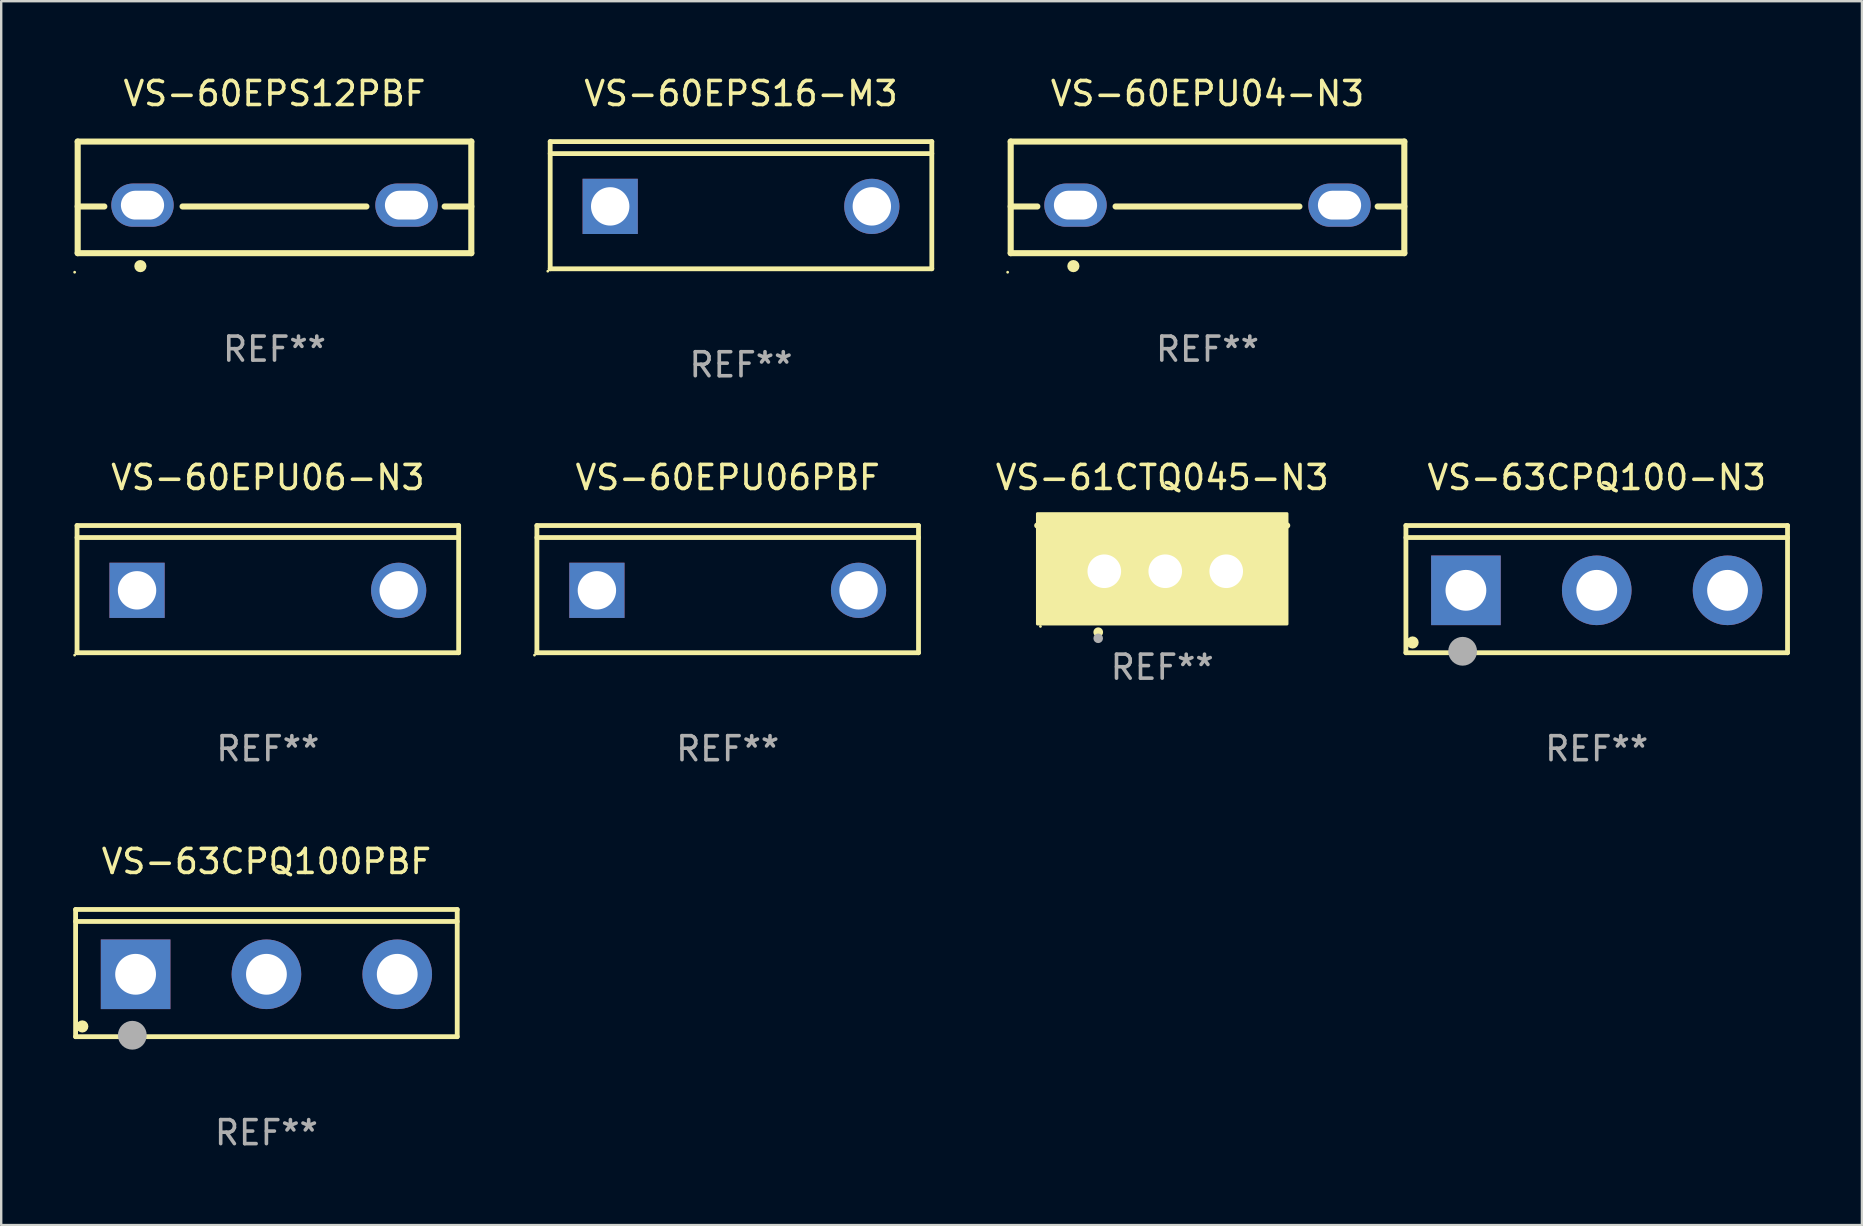
<source format=kicad_pcb>
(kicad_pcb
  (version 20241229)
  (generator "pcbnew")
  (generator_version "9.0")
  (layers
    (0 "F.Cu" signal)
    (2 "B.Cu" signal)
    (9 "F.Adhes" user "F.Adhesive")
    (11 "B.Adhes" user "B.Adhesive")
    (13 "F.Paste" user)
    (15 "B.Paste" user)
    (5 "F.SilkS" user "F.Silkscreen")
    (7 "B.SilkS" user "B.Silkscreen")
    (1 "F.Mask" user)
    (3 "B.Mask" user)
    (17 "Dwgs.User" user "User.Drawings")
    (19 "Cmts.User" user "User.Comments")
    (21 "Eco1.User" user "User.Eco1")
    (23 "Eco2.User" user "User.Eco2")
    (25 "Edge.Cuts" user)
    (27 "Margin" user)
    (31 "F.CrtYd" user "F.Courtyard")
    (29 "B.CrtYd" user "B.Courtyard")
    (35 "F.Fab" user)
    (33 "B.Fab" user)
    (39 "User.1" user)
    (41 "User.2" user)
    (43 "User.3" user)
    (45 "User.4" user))
  (footprint "VS-60EPS12PBF"
    (layer "F.Cu")
    (at 8.387 5.173)
    (property "Reference" "VS-60EPS12PBF" (at 0 -4.325 0) (layer "F.SilkS") (effects (font (size 1 1) (thickness 0.15))))
    (attr through_hole)
    (fp_line (start -8.2 -2.325) (end -8.2 2.325) (stroke (width 0.254) (type solid)) (layer "F.SilkS"))
    (fp_line (start -8.2 -2.325) (end 8.2 -2.325) (stroke (width 0.254) (type solid)) (layer "F.SilkS"))
    (fp_line (start -8.2 0.38) (end -7.09 0.38) (stroke (width 0.254) (type solid)) (layer "F.SilkS"))
    (fp_line (start -8.2 2.325) (end 8.2 2.325) (stroke (width 0.254) (type solid)) (layer "F.SilkS"))
    (fp_line (start -3.83 0.38) (end 3.83 0.38) (stroke (width 0.254) (type solid)) (layer "F.SilkS"))
    (fp_line (start 7.09 0.38) (end 8.2 0.38) (stroke (width 0.254) (type solid)) (layer "F.SilkS"))
    (fp_line (start 8.2 -2.325) (end 8.2 2.325) (stroke (width 0.254) (type solid)) (layer "F.SilkS"))
    (fp_circle (center -8.327 3.119) (end -8.297 3.119) (stroke (width 0.06) (type solid)) (fill no) (layer "F.SilkS"))
    (fp_circle (center -5.588 2.865) (end -5.461 2.865) (stroke (width 0.254) (type solid)) (fill no) (layer "F.SilkS"))
    (fp_text user "REF**" (at 0 6.325 0) (layer "F.Fab") (effects (font (size 1 1) (thickness 0.15))))
    (pad "1" thru_hole oval (at -5.5 0.325) (size 2.6 1.8) (drill oval 1.8 1.2) (layers "*.Cu" "*.Mask"))
    (pad "3" thru_hole oval (at 5.5 0.325) (size 2.6 1.8) (drill oval 1.8 1.2) (layers "*.Cu" "*.Mask")))
  (footprint "VS-60EPS16-M3"
    (layer "F.Cu")
    (at 27.824 5.499)
    (property "Reference" "VS-60EPS16-M3" (at 0 -4.65 0) (layer "F.SilkS") (effects (font (size 1 1) (thickness 0.15))))
    (attr through_hole)
    (fp_line (start -7.95 -2.65) (end -7.95 2.65) (stroke (width 0.2) (type solid)) (layer "F.SilkS"))
    (fp_line (start -7.95 -2.15) (end 7.95 -2.15) (stroke (width 0.2) (type solid)) (layer "F.SilkS"))
    (fp_line (start -7.95 2.65) (end 7.95 2.65) (stroke (width 0.2) (type solid)) (layer "F.SilkS"))
    (fp_line (start 7.95 -2.65) (end -7.95 -2.65) (stroke (width 0.2) (type solid)) (layer "F.SilkS"))
    (fp_line (start 7.95 2.65) (end 7.95 -2.65) (stroke (width 0.2) (type solid)) (layer "F.SilkS"))
    (fp_circle (center -8.05 2.75) (end -8.02 2.75) (stroke (width 0.06) (type solid)) (fill no) (layer "F.SilkS"))
    (fp_text user "REF**" (at 0 6.65 0) (layer "F.Fab") (effects (font (size 1 1) (thickness 0.15))))
    (pad "1" thru_hole rect (at -5.45 0.05) (size 2.3 2.3) (drill 1.6) (layers "*.Cu" "*.Mask"))
    (pad "2" thru_hole circle (at 5.451 0.05) (size 2.3 2.3) (drill 1.6) (layers "*.Cu" "*.Mask")))
  (footprint "VS-60EPU06-N3"
    (layer "F.Cu")
    (at 8.11 21.496)
    (property "Reference" "VS-60EPU06-N3" (at 0 -4.65 0) (layer "F.SilkS") (effects (font (size 1 1) (thickness 0.15))))
    (attr through_hole)
    (fp_line (start -7.95 -2.65) (end -7.95 2.65) (stroke (width 0.2) (type solid)) (layer "F.SilkS"))
    (fp_line (start -7.95 -2.15) (end 7.95 -2.15) (stroke (width 0.2) (type solid)) (layer "F.SilkS"))
    (fp_line (start -7.95 2.65) (end 7.95 2.65) (stroke (width 0.2) (type solid)) (layer "F.SilkS"))
    (fp_line (start 7.95 -2.65) (end -7.95 -2.65) (stroke (width 0.2) (type solid)) (layer "F.SilkS"))
    (fp_line (start 7.95 2.65) (end 7.95 -2.65) (stroke (width 0.2) (type solid)) (layer "F.SilkS"))
    (fp_circle (center -8.05 2.75) (end -8.02 2.75) (stroke (width 0.06) (type solid)) (fill no) (layer "F.SilkS"))
    (fp_text user "REF**" (at 0 6.65 0) (layer "F.Fab") (effects (font (size 1 1) (thickness 0.15))))
    (pad "1" thru_hole rect (at -5.45 0.05) (size 2.3 2.3) (drill 1.6) (layers "*.Cu" "*.Mask"))
    (pad "2" thru_hole circle (at 5.451 0.05) (size 2.3 2.3) (drill 1.6) (layers "*.Cu" "*.Mask")))
  (footprint "VS-60EPU04-N3"
    (layer "F.Cu")
    (at 47.261 5.173)
    (property "Reference" "VS-60EPU04-N3" (at 0 -4.325 0) (layer "F.SilkS") (effects (font (size 1 1) (thickness 0.15))))
    (attr through_hole)
    (fp_line (start -8.2 -2.325) (end -8.2 2.325) (stroke (width 0.254) (type solid)) (layer "F.SilkS"))
    (fp_line (start -8.2 -2.325) (end 8.2 -2.325) (stroke (width 0.254) (type solid)) (layer "F.SilkS"))
    (fp_line (start -8.2 0.38) (end -7.09 0.38) (stroke (width 0.254) (type solid)) (layer "F.SilkS"))
    (fp_line (start -8.2 2.325) (end 8.2 2.325) (stroke (width 0.254) (type solid)) (layer "F.SilkS"))
    (fp_line (start -3.83 0.38) (end 3.83 0.38) (stroke (width 0.254) (type solid)) (layer "F.SilkS"))
    (fp_line (start 7.09 0.38) (end 8.2 0.38) (stroke (width 0.254) (type solid)) (layer "F.SilkS"))
    (fp_line (start 8.2 -2.325) (end 8.2 2.325) (stroke (width 0.254) (type solid)) (layer "F.SilkS"))
    (fp_circle (center -8.327 3.119) (end -8.297 3.119) (stroke (width 0.06) (type solid)) (fill no) (layer "F.SilkS"))
    (fp_circle (center -5.588 2.865) (end -5.461 2.865) (stroke (width 0.254) (type solid)) (fill no) (layer "F.SilkS"))
    (fp_text user "REF**" (at 0 6.325 0) (layer "F.Fab") (effects (font (size 1 1) (thickness 0.15))))
    (pad "1" thru_hole oval (at -5.5 0.325) (size 2.6 1.8) (drill oval 1.8 1.2) (layers "*.Cu" "*.Mask"))
    (pad "3" thru_hole oval (at 5.5 0.325) (size 2.6 1.8) (drill oval 1.8 1.2) (layers "*.Cu" "*.Mask")))
  (footprint "VS-63CPQ100-N3"
    (layer "F.Cu")
    (at 63.478 21.496)
    (property "Reference" "VS-63CPQ100-N3" (at 0 -4.65 0) (layer "F.SilkS") (effects (font (size 1 1) (thickness 0.15))))
    (attr through_hole)
    (fp_line (start -7.95 -2.65) (end -7.95 2.65) (stroke (width 0.2) (type solid)) (layer "F.SilkS"))
    (fp_line (start -7.95 -2.15) (end 7.95 -2.15) (stroke (width 0.2) (type solid)) (layer "F.SilkS"))
    (fp_line (start -7.95 2.65) (end 7.95 2.65) (stroke (width 0.2) (type solid)) (layer "F.SilkS"))
    (fp_line (start 7.95 -2.65) (end -7.95 -2.65) (stroke (width 0.2) (type solid)) (layer "F.SilkS"))
    (fp_line (start 7.95 2.65) (end 7.95 -2.65) (stroke (width 0.2) (type solid)) (layer "F.SilkS"))
    (fp_circle (center -7.672 2.223) (end -7.545 2.223) (stroke (width 0.254) (type solid)) (fill no) (layer "F.SilkS"))
    (fp_circle (center -5.587 2.59) (end -5.287 2.59) (stroke (width 0.6) (type solid)) (fill no) (layer "F.Fab"))
    (fp_text user "REF**" (at 0 6.65 0) (layer "F.Fab") (effects (font (size 1 1) (thickness 0.15))))
    (pad "1" thru_hole rect (at -5.45 0.05) (size 2.9 2.9) (drill 1.7) (layers "*.Cu" "*.Mask"))
    (pad "2" thru_hole circle (at 0.001 0.05) (size 2.9 2.9) (drill 1.7) (layers "*.Cu" "*.Mask"))
    (pad "3" thru_hole circle (at 5.451 0.05) (size 2.9 2.9) (drill 1.7) (layers "*.Cu" "*.Mask")))
  (footprint "VS-63CPQ100PBF"
    (layer "F.Cu")
    (at 8.05 37.494)
    (property "Reference" "VS-63CPQ100PBF" (at 0 -4.65 0) (layer "F.SilkS") (effects (font (size 1 1) (thickness 0.15))))
    (attr through_hole)
    (fp_line (start -7.95 -2.65) (end -7.95 2.65) (stroke (width 0.2) (type solid)) (layer "F.SilkS"))
    (fp_line (start -7.95 -2.15) (end 7.95 -2.15) (stroke (width 0.2) (type solid)) (layer "F.SilkS"))
    (fp_line (start -7.95 2.65) (end 7.95 2.65) (stroke (width 0.2) (type solid)) (layer "F.SilkS"))
    (fp_line (start 7.95 -2.65) (end -7.95 -2.65) (stroke (width 0.2) (type solid)) (layer "F.SilkS"))
    (fp_line (start 7.95 2.65) (end 7.95 -2.65) (stroke (width 0.2) (type solid)) (layer "F.SilkS"))
    (fp_circle (center -7.672 2.223) (end -7.545 2.223) (stroke (width 0.254) (type solid)) (fill no) (layer "F.SilkS"))
    (fp_circle (center -5.587 2.59) (end -5.287 2.59) (stroke (width 0.6) (type solid)) (fill no) (layer "F.Fab"))
    (fp_text user "REF**" (at 0 6.65 0) (layer "F.Fab") (effects (font (size 1 1) (thickness 0.15))))
    (pad "1" thru_hole rect (at -5.45 0.05) (size 2.9 2.9) (drill 1.7) (layers "*.Cu" "*.Mask"))
    (pad "2" thru_hole circle (at 0.001 0.05) (size 2.9 2.9) (drill 1.7) (layers "*.Cu" "*.Mask"))
    (pad "3" thru_hole circle (at 5.451 0.05) (size 2.9 2.9) (drill 1.7) (layers "*.Cu" "*.Mask")))
  (footprint "VS-61CTQ045-N3"
    (layer "F.Cu")
    (at 45.374 19.798)
    (property "Reference" "VS-61CTQ045-N3" (at 0 -2.953 0) (layer "F.SilkS") (effects (font (size 1 1) (thickness 0.15))))
    (attr through_hole)
    (fp_line (start 5.207 -0.953) (end -5.207 -0.953) (stroke (width 0.254) (type solid)) (layer "F.SilkS"))
    (fp_arc (start -2.66698 3.49252) (mid -2.66571 3.492516) (end -2.66444 3.49252) (stroke (width 0.4) (type solid)) (layer "F.SilkS"))
    (fp_circle (center -5.073 3.252) (end -5.043 3.252) (stroke (width 0.06) (type solid)) (fill no) (layer "F.SilkS"))
    (fp_poly (pts (xy -5.2 -1.448) (xy 5.2 -1.448) (xy 5.2 3.152) (xy -5.2 3.152)) (stroke (width 0.12) (type solid)) (fill yes) (layer "F.SilkS"))
    (fp_circle (center -2.667 3.747) (end -2.567 3.747) (stroke (width 0.2) (type solid)) (fill no) (layer "F.Fab"))
    (fp_text user "REF**" (at 0 4.953 0) (layer "F.Fab") (effects (font (size 1 1) (thickness 0.15))))
    (pad "1" thru_hole rect (at -2.413 0.953) (size 2 2.5) (drill 1.4) (layers "*.Cu" "*.Mask"))
    (pad "2" thru_hole oval (at 0.127 0.953) (size 2 2.5) (drill 1.4) (layers "*.Cu" "*.Mask"))
    (pad "3" thru_hole oval (at 2.667 0.953) (size 2 2.5) (drill 1.4) (layers "*.Cu" "*.Mask")))
  (footprint "VS-60EPU06PBF"
    (layer "F.Cu")
    (at 27.27 21.496)
    (property "Reference" "VS-60EPU06PBF" (at 0 -4.65 0) (layer "F.SilkS") (effects (font (size 1 1) (thickness 0.15))))
    (attr through_hole)
    (fp_line (start -7.95 -2.65) (end -7.95 2.65) (stroke (width 0.2) (type solid)) (layer "F.SilkS"))
    (fp_line (start -7.95 -2.15) (end 7.95 -2.15) (stroke (width 0.2) (type solid)) (layer "F.SilkS"))
    (fp_line (start -7.95 2.65) (end 7.95 2.65) (stroke (width 0.2) (type solid)) (layer "F.SilkS"))
    (fp_line (start 7.95 -2.65) (end -7.95 -2.65) (stroke (width 0.2) (type solid)) (layer "F.SilkS"))
    (fp_line (start 7.95 2.65) (end 7.95 -2.65) (stroke (width 0.2) (type solid)) (layer "F.SilkS"))
    (fp_circle (center -8.05 2.75) (end -8.02 2.75) (stroke (width 0.06) (type solid)) (fill no) (layer "F.SilkS"))
    (fp_text user "REF**" (at 0 6.65 0) (layer "F.Fab") (effects (font (size 1 1) (thickness 0.15))))
    (pad "1" thru_hole rect (at -5.45 0.05) (size 2.3 2.3) (drill 1.6) (layers "*.Cu" "*.Mask"))
    (pad "2" thru_hole circle (at 5.451 0.05) (size 2.3 2.3) (drill 1.6) (layers "*.Cu" "*.Mask")))
  (gr_rect
    (start -3 -3)
    (end 74.528 47.992)
    (stroke (width 0.1) (type default))
    (fill no)
    (layer "Edge.Cuts")))
</source>
